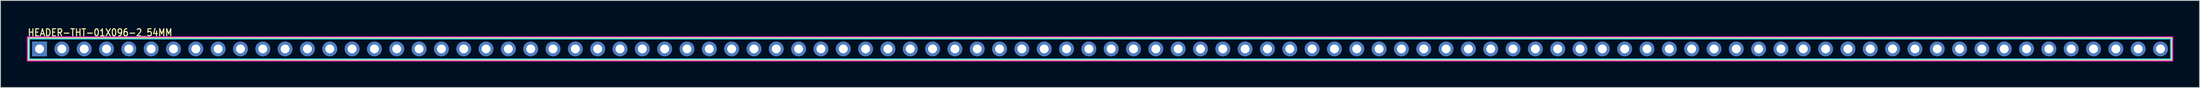
<source format=kicad_pcb>
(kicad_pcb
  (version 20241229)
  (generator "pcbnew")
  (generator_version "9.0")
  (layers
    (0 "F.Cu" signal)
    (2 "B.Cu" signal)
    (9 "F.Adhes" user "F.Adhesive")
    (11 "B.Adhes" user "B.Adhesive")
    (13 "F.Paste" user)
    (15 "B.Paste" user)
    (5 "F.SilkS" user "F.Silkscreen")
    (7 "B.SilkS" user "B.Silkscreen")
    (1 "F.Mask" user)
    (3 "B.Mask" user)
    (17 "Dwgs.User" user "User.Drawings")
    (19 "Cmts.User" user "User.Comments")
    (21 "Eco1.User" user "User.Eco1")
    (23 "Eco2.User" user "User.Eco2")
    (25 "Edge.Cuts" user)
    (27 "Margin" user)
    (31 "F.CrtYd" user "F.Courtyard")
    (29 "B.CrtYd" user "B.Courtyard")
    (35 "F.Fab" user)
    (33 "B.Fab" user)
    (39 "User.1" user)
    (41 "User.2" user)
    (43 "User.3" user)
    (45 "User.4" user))
  (footprint "HEADER-THT-01X096-2_54MM"
    (layer "F.Cu")
    (at 1.447 2.579)
    (property "Reference" "HEADER-THT-01X096-2_54MM" (at -1.4 -1.4 0) (unlocked yes) (layer "F.SilkS") (effects (font (size 0.813 0.695) (thickness 0.122)) (justify left bottom)))
    (fp_line (start -1.27 -1.27) (end -1.27 1.27) (stroke (width 0.127) (type solid)) (layer "F.SilkS"))
    (fp_line (start -1.27 1.27) (end 242.57 1.27) (stroke (width 0.127) (type solid)) (layer "F.SilkS"))
    (fp_line (start 242.57 -1.27) (end -1.27 -1.27) (stroke (width 0.127) (type solid)) (layer "F.SilkS"))
    (fp_line (start 242.57 1.27) (end 242.57 -1.27) (stroke (width 0.127) (type solid)) (layer "F.SilkS"))
    (fp_poly (pts (xy -1.143 -1.143) (xy 242.443 -1.143) (xy 242.443 1.143) (xy -1.143 1.143)) (stroke (width 0.1) (type solid)) (fill no) (layer "B.CrtYd"))
    (fp_poly (pts (xy -1.397 -1.397) (xy 242.697 -1.397) (xy 242.697 1.397) (xy -1.397 1.397)) (stroke (width 0.1) (type solid)) (fill no) (layer "F.CrtYd"))
    (pad "1" thru_hole rect (at 0 0) (size 1.693 1.693) (drill 1.016) (layers "*.Cu" "*.Mask"))
    (pad "2" thru_hole oval (at 2.54 0) (size 1.693 1.693) (drill 1.016) (layers "*.Cu" "*.Mask"))
    (pad "3" thru_hole oval (at 5.08 0) (size 1.693 1.693) (drill 1.016) (layers "*.Cu" "*.Mask"))
    (pad "4" thru_hole oval (at 7.62 0) (size 1.693 1.693) (drill 1.016) (layers "*.Cu" "*.Mask"))
    (pad "5" thru_hole oval (at 10.16 0) (size 1.693 1.693) (drill 1.016) (layers "*.Cu" "*.Mask"))
    (pad "6" thru_hole oval (at 12.7 0) (size 1.693 1.693) (drill 1.016) (layers "*.Cu" "*.Mask"))
    (pad "7" thru_hole oval (at 15.24 0) (size 1.693 1.693) (drill 1.016) (layers "*.Cu" "*.Mask"))
    (pad "8" thru_hole oval (at 17.78 0) (size 1.693 1.693) (drill 1.016) (layers "*.Cu" "*.Mask"))
    (pad "9" thru_hole oval (at 20.32 0) (size 1.693 1.693) (drill 1.016) (layers "*.Cu" "*.Mask"))
    (pad "10" thru_hole oval (at 22.86 0) (size 1.693 1.693) (drill 1.016) (layers "*.Cu" "*.Mask"))
    (pad "11" thru_hole oval (at 25.4 0) (size 1.693 1.693) (drill 1.016) (layers "*.Cu" "*.Mask"))
    (pad "12" thru_hole oval (at 27.94 0) (size 1.693 1.693) (drill 1.016) (layers "*.Cu" "*.Mask"))
    (pad "13" thru_hole oval (at 30.48 0) (size 1.693 1.693) (drill 1.016) (layers "*.Cu" "*.Mask"))
    (pad "14" thru_hole oval (at 33.02 0) (size 1.693 1.693) (drill 1.016) (layers "*.Cu" "*.Mask"))
    (pad "15" thru_hole oval (at 35.56 0) (size 1.693 1.693) (drill 1.016) (layers "*.Cu" "*.Mask"))
    (pad "16" thru_hole oval (at 38.1 0) (size 1.693 1.693) (drill 1.016) (layers "*.Cu" "*.Mask"))
    (pad "17" thru_hole oval (at 40.64 0) (size 1.693 1.693) (drill 1.016) (layers "*.Cu" "*.Mask"))
    (pad "18" thru_hole oval (at 43.18 0) (size 1.693 1.693) (drill 1.016) (layers "*.Cu" "*.Mask"))
    (pad "19" thru_hole oval (at 45.72 0) (size 1.693 1.693) (drill 1.016) (layers "*.Cu" "*.Mask"))
    (pad "20" thru_hole oval (at 48.26 0) (size 1.693 1.693) (drill 1.016) (layers "*.Cu" "*.Mask"))
    (pad "21" thru_hole oval (at 50.8 0) (size 1.693 1.693) (drill 1.016) (layers "*.Cu" "*.Mask"))
    (pad "22" thru_hole oval (at 53.34 0) (size 1.693 1.693) (drill 1.016) (layers "*.Cu" "*.Mask"))
    (pad "23" thru_hole oval (at 55.88 0) (size 1.693 1.693) (drill 1.016) (layers "*.Cu" "*.Mask"))
    (pad "24" thru_hole oval (at 58.42 0) (size 1.693 1.693) (drill 1.016) (layers "*.Cu" "*.Mask"))
    (pad "25" thru_hole oval (at 60.96 0) (size 1.693 1.693) (drill 1.016) (layers "*.Cu" "*.Mask"))
    (pad "26" thru_hole oval (at 63.5 0) (size 1.693 1.693) (drill 1.016) (layers "*.Cu" "*.Mask"))
    (pad "27" thru_hole oval (at 66.04 0) (size 1.693 1.693) (drill 1.016) (layers "*.Cu" "*.Mask"))
    (pad "28" thru_hole oval (at 68.58 0) (size 1.693 1.693) (drill 1.016) (layers "*.Cu" "*.Mask"))
    (pad "29" thru_hole oval (at 71.12 0) (size 1.693 1.693) (drill 1.016) (layers "*.Cu" "*.Mask"))
    (pad "30" thru_hole oval (at 73.66 0) (size 1.693 1.693) (drill 1.016) (layers "*.Cu" "*.Mask"))
    (pad "31" thru_hole oval (at 76.2 0) (size 1.693 1.693) (drill 1.016) (layers "*.Cu" "*.Mask"))
    (pad "32" thru_hole oval (at 78.74 0) (size 1.693 1.693) (drill 1.016) (layers "*.Cu" "*.Mask"))
    (pad "33" thru_hole oval (at 81.28 0) (size 1.693 1.693) (drill 1.016) (layers "*.Cu" "*.Mask"))
    (pad "34" thru_hole oval (at 83.82 0) (size 1.693 1.693) (drill 1.016) (layers "*.Cu" "*.Mask"))
    (pad "35" thru_hole oval (at 86.36 0) (size 1.693 1.693) (drill 1.016) (layers "*.Cu" "*.Mask"))
    (pad "36" thru_hole oval (at 88.9 0) (size 1.693 1.693) (drill 1.016) (layers "*.Cu" "*.Mask"))
    (pad "37" thru_hole oval (at 91.44 0) (size 1.693 1.693) (drill 1.016) (layers "*.Cu" "*.Mask"))
    (pad "38" thru_hole oval (at 93.98 0) (size 1.693 1.693) (drill 1.016) (layers "*.Cu" "*.Mask"))
    (pad "39" thru_hole oval (at 96.52 0) (size 1.693 1.693) (drill 1.016) (layers "*.Cu" "*.Mask"))
    (pad "40" thru_hole oval (at 99.06 0) (size 1.693 1.693) (drill 1.016) (layers "*.Cu" "*.Mask"))
    (pad "41" thru_hole oval (at 101.6 0) (size 1.693 1.693) (drill 1.016) (layers "*.Cu" "*.Mask"))
    (pad "42" thru_hole oval (at 104.14 0) (size 1.693 1.693) (drill 1.016) (layers "*.Cu" "*.Mask"))
    (pad "43" thru_hole oval (at 106.68 0) (size 1.693 1.693) (drill 1.016) (layers "*.Cu" "*.Mask"))
    (pad "44" thru_hole oval (at 109.22 0) (size 1.693 1.693) (drill 1.016) (layers "*.Cu" "*.Mask"))
    (pad "45" thru_hole oval (at 111.76 0) (size 1.693 1.693) (drill 1.016) (layers "*.Cu" "*.Mask"))
    (pad "46" thru_hole oval (at 114.3 0) (size 1.693 1.693) (drill 1.016) (layers "*.Cu" "*.Mask"))
    (pad "47" thru_hole oval (at 116.84 0) (size 1.693 1.693) (drill 1.016) (layers "*.Cu" "*.Mask"))
    (pad "48" thru_hole oval (at 119.38 0) (size 1.693 1.693) (drill 1.016) (layers "*.Cu" "*.Mask"))
    (pad "49" thru_hole oval (at 121.92 0) (size 1.693 1.693) (drill 1.016) (layers "*.Cu" "*.Mask"))
    (pad "50" thru_hole oval (at 124.46 0) (size 1.693 1.693) (drill 1.016) (layers "*.Cu" "*.Mask"))
    (pad "51" thru_hole oval (at 127 0) (size 1.693 1.693) (drill 1.016) (layers "*.Cu" "*.Mask"))
    (pad "52" thru_hole oval (at 129.54 0) (size 1.693 1.693) (drill 1.016) (layers "*.Cu" "*.Mask"))
    (pad "53" thru_hole oval (at 132.08 0) (size 1.693 1.693) (drill 1.016) (layers "*.Cu" "*.Mask"))
    (pad "54" thru_hole oval (at 134.62 0) (size 1.693 1.693) (drill 1.016) (layers "*.Cu" "*.Mask"))
    (pad "55" thru_hole oval (at 137.16 0) (size 1.693 1.693) (drill 1.016) (layers "*.Cu" "*.Mask"))
    (pad "56" thru_hole oval (at 139.7 0) (size 1.693 1.693) (drill 1.016) (layers "*.Cu" "*.Mask"))
    (pad "57" thru_hole oval (at 142.24 0) (size 1.693 1.693) (drill 1.016) (layers "*.Cu" "*.Mask"))
    (pad "58" thru_hole oval (at 144.78 0) (size 1.693 1.693) (drill 1.016) (layers "*.Cu" "*.Mask"))
    (pad "59" thru_hole oval (at 147.32 0) (size 1.693 1.693) (drill 1.016) (layers "*.Cu" "*.Mask"))
    (pad "60" thru_hole oval (at 149.86 0) (size 1.693 1.693) (drill 1.016) (layers "*.Cu" "*.Mask"))
    (pad "61" thru_hole oval (at 152.4 0) (size 1.693 1.693) (drill 1.016) (layers "*.Cu" "*.Mask"))
    (pad "62" thru_hole oval (at 154.94 0) (size 1.693 1.693) (drill 1.016) (layers "*.Cu" "*.Mask"))
    (pad "63" thru_hole oval (at 157.48 0) (size 1.693 1.693) (drill 1.016) (layers "*.Cu" "*.Mask"))
    (pad "64" thru_hole oval (at 160.02 0) (size 1.693 1.693) (drill 1.016) (layers "*.Cu" "*.Mask"))
    (pad "65" thru_hole oval (at 162.56 0) (size 1.693 1.693) (drill 1.016) (layers "*.Cu" "*.Mask"))
    (pad "66" thru_hole oval (at 165.1 0) (size 1.693 1.693) (drill 1.016) (layers "*.Cu" "*.Mask"))
    (pad "67" thru_hole oval (at 167.64 0) (size 1.693 1.693) (drill 1.016) (layers "*.Cu" "*.Mask"))
    (pad "68" thru_hole oval (at 170.18 0) (size 1.693 1.693) (drill 1.016) (layers "*.Cu" "*.Mask"))
    (pad "69" thru_hole oval (at 172.72 0) (size 1.693 1.693) (drill 1.016) (layers "*.Cu" "*.Mask"))
    (pad "70" thru_hole oval (at 175.26 0) (size 1.693 1.693) (drill 1.016) (layers "*.Cu" "*.Mask"))
    (pad "71" thru_hole oval (at 177.8 0) (size 1.693 1.693) (drill 1.016) (layers "*.Cu" "*.Mask"))
    (pad "72" thru_hole oval (at 180.34 0) (size 1.693 1.693) (drill 1.016) (layers "*.Cu" "*.Mask"))
    (pad "73" thru_hole oval (at 182.88 0) (size 1.693 1.693) (drill 1.016) (layers "*.Cu" "*.Mask"))
    (pad "74" thru_hole oval (at 185.42 0) (size 1.693 1.693) (drill 1.016) (layers "*.Cu" "*.Mask"))
    (pad "75" thru_hole oval (at 187.96 0) (size 1.693 1.693) (drill 1.016) (layers "*.Cu" "*.Mask"))
    (pad "76" thru_hole oval (at 190.5 0) (size 1.693 1.693) (drill 1.016) (layers "*.Cu" "*.Mask"))
    (pad "77" thru_hole oval (at 193.04 0) (size 1.693 1.693) (drill 1.016) (layers "*.Cu" "*.Mask"))
    (pad "78" thru_hole oval (at 195.58 0) (size 1.693 1.693) (drill 1.016) (layers "*.Cu" "*.Mask"))
    (pad "79" thru_hole oval (at 198.12 0) (size 1.693 1.693) (drill 1.016) (layers "*.Cu" "*.Mask"))
    (pad "80" thru_hole oval (at 200.66 0) (size 1.693 1.693) (drill 1.016) (layers "*.Cu" "*.Mask"))
    (pad "81" thru_hole oval (at 203.2 0) (size 1.693 1.693) (drill 1.016) (layers "*.Cu" "*.Mask"))
    (pad "82" thru_hole oval (at 205.74 0) (size 1.693 1.693) (drill 1.016) (layers "*.Cu" "*.Mask"))
    (pad "83" thru_hole oval (at 208.28 0) (size 1.693 1.693) (drill 1.016) (layers "*.Cu" "*.Mask"))
    (pad "84" thru_hole oval (at 210.82 0) (size 1.693 1.693) (drill 1.016) (layers "*.Cu" "*.Mask"))
    (pad "85" thru_hole oval (at 213.36 0) (size 1.693 1.693) (drill 1.016) (layers "*.Cu" "*.Mask"))
    (pad "86" thru_hole oval (at 215.9 0) (size 1.693 1.693) (drill 1.016) (layers "*.Cu" "*.Mask"))
    (pad "87" thru_hole oval (at 218.44 0) (size 1.693 1.693) (drill 1.016) (layers "*.Cu" "*.Mask"))
    (pad "88" thru_hole oval (at 220.98 0) (size 1.693 1.693) (drill 1.016) (layers "*.Cu" "*.Mask"))
    (pad "89" thru_hole oval (at 223.52 0) (size 1.693 1.693) (drill 1.016) (layers "*.Cu" "*.Mask"))
    (pad "90" thru_hole oval (at 226.06 0) (size 1.693 1.693) (drill 1.016) (layers "*.Cu" "*.Mask"))
    (pad "91" thru_hole oval (at 228.6 0) (size 1.693 1.693) (drill 1.016) (layers "*.Cu" "*.Mask"))
    (pad "92" thru_hole oval (at 231.14 0) (size 1.693 1.693) (drill 1.016) (layers "*.Cu" "*.Mask"))
    (pad "93" thru_hole oval (at 233.68 0) (size 1.693 1.693) (drill 1.016) (layers "*.Cu" "*.Mask"))
    (pad "94" thru_hole oval (at 236.22 0) (size 1.693 1.693) (drill 1.016) (layers "*.Cu" "*.Mask"))
    (pad "95" thru_hole oval (at 238.76 0) (size 1.693 1.693) (drill 1.016) (layers "*.Cu" "*.Mask"))
    (pad "96" thru_hole oval (at 241.3 0) (size 1.693 1.693) (drill 1.016) (layers "*.Cu" "*.Mask")))
  (gr_rect
    (start -3 -3)
    (end 247.194 7.026)
    (stroke (width 0.1) (type default))
    (fill no)
    (layer "Edge.Cuts")))
</source>
